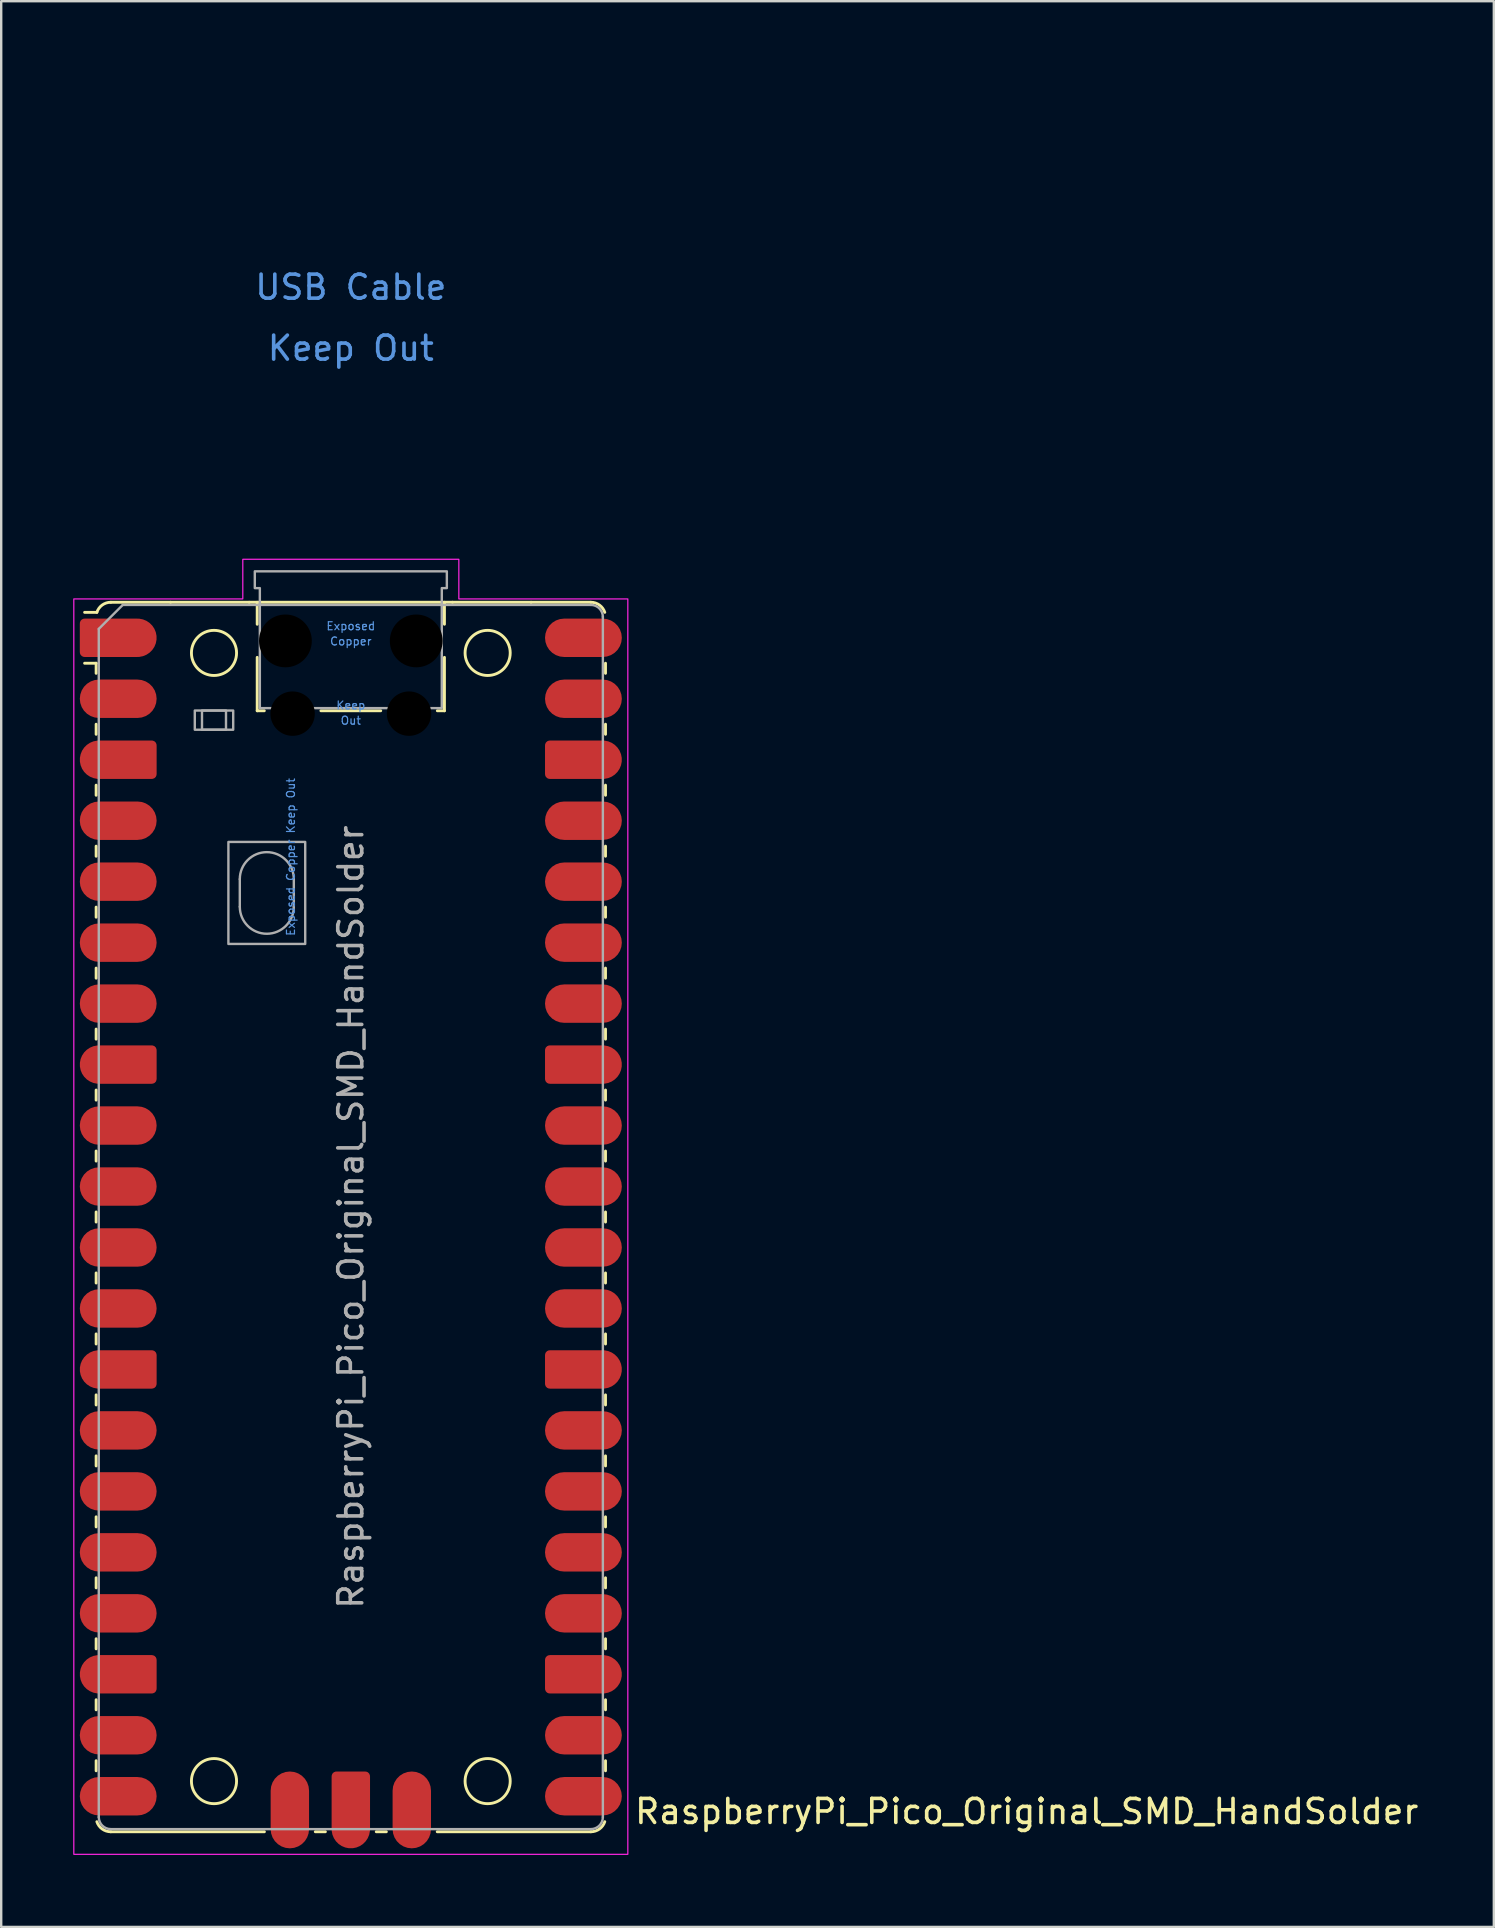
<source format=kicad_pcb>
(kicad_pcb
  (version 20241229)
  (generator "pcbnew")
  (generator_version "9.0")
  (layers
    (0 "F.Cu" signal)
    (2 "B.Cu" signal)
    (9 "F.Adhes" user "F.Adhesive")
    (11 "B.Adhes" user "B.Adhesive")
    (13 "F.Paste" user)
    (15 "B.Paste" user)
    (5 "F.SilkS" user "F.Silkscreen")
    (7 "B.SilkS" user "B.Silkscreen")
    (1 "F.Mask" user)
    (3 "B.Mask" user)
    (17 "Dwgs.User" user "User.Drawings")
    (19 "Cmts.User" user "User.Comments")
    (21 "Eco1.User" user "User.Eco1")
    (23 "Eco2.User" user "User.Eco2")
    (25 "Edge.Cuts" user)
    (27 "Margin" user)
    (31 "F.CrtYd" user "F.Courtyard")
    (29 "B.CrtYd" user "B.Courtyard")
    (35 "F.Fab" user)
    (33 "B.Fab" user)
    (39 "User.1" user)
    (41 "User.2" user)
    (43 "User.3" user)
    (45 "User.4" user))
  (footprint "RaspberryPi_Pico_Original_SMD_HandSolder"
    (layer "F.Cu")
    (at 11.565 47.65)
    (property "Reference" "RaspberryPi_Pico_Original_SMD_HandSolder" (at 11.748 24.765 0) (unlocked yes) (layer "F.SilkS") (effects (font (size 1 1) (thickness 0.15)) (justify left)))
    (attr smd)
    (fp_line (start -10.61 -23.07) (end -11.09 -23.07) (stroke (width 0.12) (type solid)) (layer "F.SilkS"))
    (fp_line (start -10.61 -23.07) (end -10.61 -22.65) (stroke (width 0.12) (type solid)) (layer "F.SilkS"))
    (fp_line (start -10.61 -20.53) (end -10.61 -20.11) (stroke (width 0.12) (type solid)) (layer "F.SilkS"))
    (fp_line (start -10.61 -17.99) (end -10.61 -17.57) (stroke (width 0.12) (type solid)) (layer "F.SilkS"))
    (fp_line (start -10.61 -15.45) (end -10.61 -15.03) (stroke (width 0.12) (type solid)) (layer "F.SilkS"))
    (fp_line (start -10.61 -12.91) (end -10.61 -12.49) (stroke (width 0.12) (type solid)) (layer "F.SilkS"))
    (fp_line (start -10.61 -10.37) (end -10.61 -9.95) (stroke (width 0.12) (type solid)) (layer "F.SilkS"))
    (fp_line (start -10.61 -7.83) (end -10.61 -7.41) (stroke (width 0.12) (type solid)) (layer "F.SilkS"))
    (fp_line (start -10.61 -5.29) (end -10.61 -4.87) (stroke (width 0.12) (type solid)) (layer "F.SilkS"))
    (fp_line (start -10.61 -2.75) (end -10.61 -2.33) (stroke (width 0.12) (type solid)) (layer "F.SilkS"))
    (fp_line (start -10.61 -0.21) (end -10.61 0.21) (stroke (width 0.12) (type solid)) (layer "F.SilkS"))
    (fp_line (start -10.61 2.33) (end -10.61 2.75) (stroke (width 0.12) (type solid)) (layer "F.SilkS"))
    (fp_line (start -10.61 4.87) (end -10.61 5.29) (stroke (width 0.12) (type solid)) (layer "F.SilkS"))
    (fp_line (start -10.61 7.41) (end -10.61 7.83) (stroke (width 0.12) (type solid)) (layer "F.SilkS"))
    (fp_line (start -10.61 9.95) (end -10.61 10.37) (stroke (width 0.12) (type solid)) (layer "F.SilkS"))
    (fp_line (start -10.61 12.49) (end -10.61 12.91) (stroke (width 0.12) (type solid)) (layer "F.SilkS"))
    (fp_line (start -10.61 15.03) (end -10.61 15.45) (stroke (width 0.12) (type solid)) (layer "F.SilkS"))
    (fp_line (start -10.61 17.57) (end -10.61 17.99) (stroke (width 0.12) (type solid)) (layer "F.SilkS"))
    (fp_line (start -10.61 20.11) (end -10.61 20.53) (stroke (width 0.12) (type solid)) (layer "F.SilkS"))
    (fp_line (start -10.61 22.65) (end -10.61 23.07) (stroke (width 0.12) (type solid)) (layer "F.SilkS"))
    (fp_line (start -10.58 -25.19) (end -11.09 -25.19) (stroke (width 0.12) (type solid)) (layer "F.SilkS"))
    (fp_line (start -10 -25.61) (end -7.51 -25.61) (stroke (width 0.12) (type solid)) (layer "F.SilkS"))
    (fp_line (start -10 25.61) (end -3.6 25.61) (stroke (width 0.12) (type solid)) (layer "F.SilkS"))
    (fp_line (start -7.51 -25.61) (end -4.235 -25.61) (stroke (width 0.12) (type solid)) (layer "F.SilkS"))
    (fp_line (start -4.235 -25.61) (end 4.235 -25.61) (stroke (width 0.12) (type solid)) (layer "F.SilkS"))
    (fp_line (start -3.9 -25.61) (end -3.9 -24.694) (stroke (width 0.12) (type solid)) (layer "F.SilkS"))
    (fp_line (start -3.9 -23.315) (end -3.9 -21.09) (stroke (width 0.12) (type solid)) (layer "F.SilkS"))
    (fp_line (start -3.9 -21.09) (end -3.604 -21.09) (stroke (width 0.12) (type solid)) (layer "F.SilkS"))
    (fp_line (start -1.48 25.61) (end -1.06 25.61) (stroke (width 0.12) (type solid)) (layer "F.SilkS"))
    (fp_line (start -1.246 -21.09) (end 1.246 -21.09) (stroke (width 0.12) (type solid)) (layer "F.SilkS"))
    (fp_line (start 1.06 25.61) (end 1.48 25.61) (stroke (width 0.12) (type solid)) (layer "F.SilkS"))
    (fp_line (start 3.6 25.61) (end 10 25.61) (stroke (width 0.12) (type solid)) (layer "F.SilkS"))
    (fp_line (start 3.604 -21.09) (end 3.9 -21.09) (stroke (width 0.12) (type solid)) (layer "F.SilkS"))
    (fp_line (start 3.9 -25.61) (end 3.9 -24.694) (stroke (width 0.12) (type solid)) (layer "F.SilkS"))
    (fp_line (start 3.9 -23.315) (end 3.9 -21.09) (stroke (width 0.12) (type solid)) (layer "F.SilkS"))
    (fp_line (start 4.235 -25.61) (end 7.51 -25.61) (stroke (width 0.12) (type solid)) (layer "F.SilkS"))
    (fp_line (start 10 -25.61) (end 7.51 -25.61) (stroke (width 0.12) (type solid)) (layer "F.SilkS"))
    (fp_line (start 10.61 -23.07) (end 10.61 -22.65) (stroke (width 0.12) (type solid)) (layer "F.SilkS"))
    (fp_line (start 10.61 -20.53) (end 10.61 -20.11) (stroke (width 0.12) (type solid)) (layer "F.SilkS"))
    (fp_line (start 10.61 -17.99) (end 10.61 -17.57) (stroke (width 0.12) (type solid)) (layer "F.SilkS"))
    (fp_line (start 10.61 -15.45) (end 10.61 -15.03) (stroke (width 0.12) (type solid)) (layer "F.SilkS"))
    (fp_line (start 10.61 -12.91) (end 10.61 -12.49) (stroke (width 0.12) (type solid)) (layer "F.SilkS"))
    (fp_line (start 10.61 -10.37) (end 10.61 -9.95) (stroke (width 0.12) (type solid)) (layer "F.SilkS"))
    (fp_line (start 10.61 -7.83) (end 10.61 -7.41) (stroke (width 0.12) (type solid)) (layer "F.SilkS"))
    (fp_line (start 10.61 -5.29) (end 10.61 -4.87) (stroke (width 0.12) (type solid)) (layer "F.SilkS"))
    (fp_line (start 10.61 -2.75) (end 10.61 -2.33) (stroke (width 0.12) (type solid)) (layer "F.SilkS"))
    (fp_line (start 10.61 -0.21) (end 10.61 0.21) (stroke (width 0.12) (type solid)) (layer "F.SilkS"))
    (fp_line (start 10.61 2.33) (end 10.61 2.75) (stroke (width 0.12) (type solid)) (layer "F.SilkS"))
    (fp_line (start 10.61 4.87) (end 10.61 5.29) (stroke (width 0.12) (type solid)) (layer "F.SilkS"))
    (fp_line (start 10.61 7.41) (end 10.61 7.83) (stroke (width 0.12) (type solid)) (layer "F.SilkS"))
    (fp_line (start 10.61 9.95) (end 10.61 10.37) (stroke (width 0.12) (type solid)) (layer "F.SilkS"))
    (fp_line (start 10.61 12.49) (end 10.61 12.91) (stroke (width 0.12) (type solid)) (layer "F.SilkS"))
    (fp_line (start 10.61 15.03) (end 10.61 15.45) (stroke (width 0.12) (type solid)) (layer "F.SilkS"))
    (fp_line (start 10.61 17.57) (end 10.61 17.99) (stroke (width 0.12) (type solid)) (layer "F.SilkS"))
    (fp_line (start 10.61 20.11) (end 10.61 20.53) (stroke (width 0.12) (type solid)) (layer "F.SilkS"))
    (fp_line (start 10.61 22.65) (end 10.61 23.07) (stroke (width 0.12) (type solid)) (layer "F.SilkS"))
    (fp_arc (start -10.579676 -25.19) (mid -10.357938 -25.493944) (end -10 -25.61) (stroke (width 0.12) (type solid)) (layer "F.SilkS"))
    (fp_arc (start -10 25.61) (mid -10.357937 25.493943) (end -10.579676 25.189937) (stroke (width 0.12) (type solid)) (layer "F.SilkS"))
    (fp_arc (start 10 -25.61) (mid 10.357937 -25.493944) (end 10.579676 -25.189937) (stroke (width 0.12) (type solid)) (layer "F.SilkS"))
    (fp_arc (start 10.579676 25.189937) (mid 10.357958 25.493991) (end 10 25.61) (stroke (width 0.12) (type solid)) (layer "F.SilkS"))
    (fp_circle (center -5.7 -23.5) (end -4.76 -23.5) (stroke (width 0.12) (type solid)) (fill no) (layer "F.SilkS"))
    (fp_circle (center -5.7 23.5) (end -4.76 23.5) (stroke (width 0.12) (type solid)) (fill no) (layer "F.SilkS"))
    (fp_circle (center 5.7 -23.5) (end 6.64 -23.5) (stroke (width 0.12) (type solid)) (fill no) (layer "F.SilkS"))
    (fp_circle (center 5.7 23.5) (end 6.64 23.5) (stroke (width 0.12) (type solid)) (fill no) (layer "F.SilkS"))
    (fp_poly (pts (xy -4.5 -27.4) (xy 4.5 -27.4) (xy 4.5 -25.75) (xy 11.54 -25.75) (xy 11.54 26.55) (xy -11.54 26.55) (xy -11.54 -25.75) (xy -4.5 -25.75)) (stroke (width 0.05) (type solid)) (fill no) (layer "F.CrtYd"))
    (fp_line (start -10.5 -24.5) (end -9.5 -25.5) (stroke (width 0.1) (type solid)) (layer "F.Fab"))
    (fp_line (start -10.5 25) (end -10.5 -24.5) (stroke (width 0.1) (type solid)) (layer "F.Fab"))
    (fp_line (start -9.5 -25.5) (end 10 -25.5) (stroke (width 0.1) (type solid)) (layer "F.Fab"))
    (fp_line (start -4.625 -14.075) (end -4.625 -12.925) (stroke (width 0.1) (type solid)) (layer "F.Fab"))
    (fp_line (start -2.375 -14.075) (end -2.375 -12.925) (stroke (width 0.1) (type solid)) (layer "F.Fab"))
    (fp_line (start 10 25.5) (end -10 25.5) (stroke (width 0.1) (type solid)) (layer "F.Fab"))
    (fp_line (start 10.5 -25) (end 10.5 25) (stroke (width 0.1) (type solid)) (layer "F.Fab"))
    (fp_rect (start -6.5 -21.1) (end -4.9 -20.3) (stroke (width 0.1) (type solid)) (fill no) (layer "F.Fab"))
    (fp_rect (start -6.2 -21.1) (end -5.2 -20.3) (stroke (width 0.1) (type solid)) (fill no) (layer "F.Fab"))
    (fp_rect (start -5.1 -15.625) (end -1.9 -11.375) (stroke (width 0.1) (type solid)) (fill no) (layer "F.Fab"))
    (fp_arc (start -10 25.5) (mid -10.353553 25.353553) (end -10.5 25) (stroke (width 0.1) (type solid)) (layer "F.Fab"))
    (fp_arc (start -4.625 -14.075) (mid -3.5 -15.2) (end -2.375 -14.075) (stroke (width 0.1) (type solid)) (layer "F.Fab"))
    (fp_arc (start -2.375 -12.925) (mid -3.5 -11.8) (end -4.625 -12.925) (stroke (width 0.1) (type solid)) (layer "F.Fab"))
    (fp_arc (start 10 -25.5) (mid 10.353553 -25.353553) (end 10.5 -25) (stroke (width 0.1) (type solid)) (layer "F.Fab"))
    (fp_arc (start 10.5 25) (mid 10.353553 25.353553) (end 10 25.5) (stroke (width 0.1) (type solid)) (layer "F.Fab"))
    (fp_poly (pts (xy 3.79 -21.2) (xy 3.79 -26.2) (xy 4 -26.2) (xy 4 -26.9) (xy -4 -26.9) (xy -4 -26.2) (xy -3.79 -26.2) (xy -3.79 -21.2)) (stroke (width 0.1) (type solid)) (fill no) (layer "F.Fab"))
    (fp_text user "Out" (at 0 -20.683 0) (unlocked yes) (layer "Cmts.User") (effects (font (size 0.333 0.333) (thickness 0.05))))
    (fp_text user "Keep Out" (at 0 -36.195 0) (unlocked yes) (layer "Cmts.User") (effects (font (size 1 1) (thickness 0.15))))
    (fp_text user "Copper" (at 0 -23.983 0) (unlocked yes) (layer "Cmts.User") (effects (font (size 0.333 0.333) (thickness 0.05))))
    (fp_text user "Exposed Copper Keep Out" (at -2.5 -15 90) (unlocked yes) (layer "Cmts.User") (effects (font (size 0.333 0.333) (thickness 0.05))))
    (fp_text user "USB Cable" (at 0 -38.735 0) (unlocked yes) (layer "Cmts.User") (effects (font (size 1 1) (thickness 0.15))))
    (fp_text user "Exposed" (at 0 -24.617 0) (unlocked yes) (layer "Cmts.User") (effects (font (size 0.333 0.333) (thickness 0.05))))
    (fp_text user "Keep" (at 0 -21.317 0) (unlocked yes) (layer "Cmts.User") (effects (font (size 0.333 0.333) (thickness 0.05))))
    (fp_text user "${REFERENCE}" (at 0 0 90) (layer "F.Fab") (effects (font (size 1 1) (thickness 0.15))))
    (pad "" np_thru_hole circle (at -2.725 -24) (size 2.2 2.2) (drill 2.2) (layers "*.Mask"))
    (pad "" np_thru_hole circle (at -2.425 -20.97) (size 1.85 1.85) (drill 1.85) (layers "*.Mask"))
    (pad "" np_thru_hole circle (at 2.425 -20.97) (size 1.85 1.85) (drill 1.85) (layers "*.Mask"))
    (pad "" np_thru_hole circle (at 2.725 -24) (size 2.2 2.2) (drill 2.2) (layers "*.Mask"))
    (pad "1" smd custom (at -8.89 -24.13) (size 1.6 1.6) (layers "F.Cu" "F.Mask" "F.Paste") (options (anchor circle)) (primitives (gr_poly (pts (xy -2.4 0.6) (xy -2.4 -0.6) (xy -2.2 -0.8) (xy 0 -0.8) (xy 0 0.8) (xy -2.2 0.8)) (width 0) (fill yes)) (gr_circle (center -2.2 0.6) (end -2 0.6) (width 0) (fill yes)) (gr_circle (center -2.2 -0.6) (end -2 -0.6) (width 0) (fill yes))))
    (pad "2" smd roundrect (at -8.89 -21.59) (size 3.2 1.6) (drill (offset -0.8 0)) (layers "F.Cu" "F.Mask" "F.Paste") (roundrect_rratio 0.5))
    (pad "3" smd custom (at -8.89 -19.05) (size 1.6 1.6) (layers "F.Cu" "F.Mask" "F.Paste") (options (anchor circle)) (primitives (gr_poly (pts (xy 0.8 -0.6) (xy 0.8 0.6) (xy 0.6 0.8) (xy -1.6 0.8) (xy -1.6 -0.8) (xy 0.6 -0.8)) (width 0) (fill yes)) (gr_circle (center 0.6 0.6) (end 0.8 0.6) (width 0) (fill yes)) (gr_circle (center 0.6 -0.6) (end 0.8 -0.6) (width 0) (fill yes)) (gr_circle (center -1.6 0) (end -0.8 0) (width 0) (fill yes))))
    (pad "4" smd roundrect (at -8.89 -16.51) (size 3.2 1.6) (drill (offset -0.8 0)) (layers "F.Cu" "F.Mask" "F.Paste") (roundrect_rratio 0.5))
    (pad "5" smd roundrect (at -8.89 -13.97) (size 3.2 1.6) (drill (offset -0.8 0)) (layers "F.Cu" "F.Mask" "F.Paste") (roundrect_rratio 0.5))
    (pad "6" smd roundrect (at -8.89 -11.43) (size 3.2 1.6) (drill (offset -0.8 0)) (layers "F.Cu" "F.Mask" "F.Paste") (roundrect_rratio 0.5))
    (pad "7" smd roundrect (at -8.89 -8.89) (size 3.2 1.6) (drill (offset -0.8 0)) (layers "F.Cu" "F.Mask" "F.Paste") (roundrect_rratio 0.5))
    (pad "8" smd custom (at -8.89 -6.35) (size 1.6 1.6) (layers "F.Cu" "F.Mask" "F.Paste") (options (anchor circle)) (primitives (gr_poly (pts (xy 0.8 -0.6) (xy 0.8 0.6) (xy 0.6 0.8) (xy -1.6 0.8) (xy -1.6 -0.8) (xy 0.6 -0.8)) (width 0) (fill yes)) (gr_circle (center 0.6 0.6) (end 0.8 0.6) (width 0) (fill yes)) (gr_circle (center 0.6 -0.6) (end 0.8 -0.6) (width 0) (fill yes)) (gr_circle (center -1.6 0) (end -0.8 0) (width 0) (fill yes))))
    (pad "9" smd roundrect (at -8.89 -3.81) (size 3.2 1.6) (drill (offset -0.8 0)) (layers "F.Cu" "F.Mask" "F.Paste") (roundrect_rratio 0.5))
    (pad "10" smd roundrect (at -8.89 -1.27) (size 3.2 1.6) (drill (offset -0.8 0)) (layers "F.Cu" "F.Mask" "F.Paste") (roundrect_rratio 0.5))
    (pad "11" smd roundrect (at -8.89 1.27) (size 3.2 1.6) (drill (offset -0.8 0)) (layers "F.Cu" "F.Mask" "F.Paste") (roundrect_rratio 0.5))
    (pad "12" smd roundrect (at -8.89 3.81) (size 3.2 1.6) (drill (offset -0.8 0)) (layers "F.Cu" "F.Mask" "F.Paste") (roundrect_rratio 0.5))
    (pad "13" smd custom (at -8.89 6.35) (size 1.6 1.6) (layers "F.Cu" "F.Mask" "F.Paste") (options (anchor circle)) (primitives (gr_poly (pts (xy 0.8 -0.6) (xy 0.8 0.6) (xy 0.6 0.8) (xy -1.6 0.8) (xy -1.6 -0.8) (xy 0.6 -0.8)) (width 0) (fill yes)) (gr_circle (center 0.6 0.6) (end 0.8 0.6) (width 0) (fill yes)) (gr_circle (center 0.6 -0.6) (end 0.8 -0.6) (width 0) (fill yes)) (gr_circle (center -1.6 0) (end -0.8 0) (width 0) (fill yes))))
    (pad "14" smd roundrect (at -8.89 8.89) (size 3.2 1.6) (drill (offset -0.8 0)) (layers "F.Cu" "F.Mask" "F.Paste") (roundrect_rratio 0.5))
    (pad "15" smd roundrect (at -8.89 11.43) (size 3.2 1.6) (drill (offset -0.8 0)) (layers "F.Cu" "F.Mask" "F.Paste") (roundrect_rratio 0.5))
    (pad "16" smd roundrect (at -8.89 13.97) (size 3.2 1.6) (drill (offset -0.8 0)) (layers "F.Cu" "F.Mask" "F.Paste") (roundrect_rratio 0.5))
    (pad "17" smd roundrect (at -8.89 16.51) (size 3.2 1.6) (drill (offset -0.8 0)) (layers "F.Cu" "F.Mask" "F.Paste") (roundrect_rratio 0.5))
    (pad "18" smd custom (at -8.89 19.05) (size 1.6 1.6) (layers "F.Cu" "F.Mask" "F.Paste") (options (anchor circle)) (primitives (gr_poly (pts (xy 0.8 -0.6) (xy 0.8 0.6) (xy 0.6 0.8) (xy -1.6 0.8) (xy -1.6 -0.8) (xy 0.6 -0.8)) (width 0) (fill yes)) (gr_circle (center 0.6 0.6) (end 0.8 0.6) (width 0) (fill yes)) (gr_circle (center 0.6 -0.6) (end 0.8 -0.6) (width 0) (fill yes)) (gr_circle (center -1.6 0) (end -0.8 0) (width 0) (fill yes))))
    (pad "19" smd roundrect (at -8.89 21.59) (size 3.2 1.6) (drill (offset -0.8 0)) (layers "F.Cu" "F.Mask" "F.Paste") (roundrect_rratio 0.5))
    (pad "20" smd roundrect (at -8.89 24.13) (size 3.2 1.6) (drill (offset -0.8 0)) (layers "F.Cu" "F.Mask" "F.Paste") (roundrect_rratio 0.5))
    (pad "21" smd roundrect (at 8.89 24.13) (size 3.2 1.6) (drill (offset 0.8 0)) (layers "F.Cu" "F.Mask" "F.Paste") (roundrect_rratio 0.5))
    (pad "22" smd roundrect (at 8.89 21.59) (size 3.2 1.6) (drill (offset 0.8 0)) (layers "F.Cu" "F.Mask" "F.Paste") (roundrect_rratio 0.5))
    (pad "23" smd custom (at 8.89 19.05) (size 1.6 1.6) (layers "F.Cu" "F.Mask" "F.Paste") (options (anchor circle)) (primitives (gr_poly (pts (xy -0.8 -0.6) (xy -0.8 0.6) (xy -0.6 0.8) (xy 1.6 0.8) (xy 1.6 -0.8) (xy -0.6 -0.8)) (width 0) (fill yes)) (gr_circle (center -0.6 0.6) (end -0.4 0.6) (width 0) (fill yes)) (gr_circle (center -0.6 -0.6) (end -0.4 -0.6) (width 0) (fill yes)) (gr_circle (center 1.6 0) (end 2.4 0) (width 0) (fill yes))))
    (pad "24" smd roundrect (at 8.89 16.51) (size 3.2 1.6) (drill (offset 0.8 0)) (layers "F.Cu" "F.Mask" "F.Paste") (roundrect_rratio 0.5))
    (pad "25" smd roundrect (at 8.89 13.97) (size 3.2 1.6) (drill (offset 0.8 0)) (layers "F.Cu" "F.Mask" "F.Paste") (roundrect_rratio 0.5))
    (pad "26" smd roundrect (at 8.89 11.43) (size 3.2 1.6) (drill (offset 0.8 0)) (layers "F.Cu" "F.Mask" "F.Paste") (roundrect_rratio 0.5))
    (pad "27" smd roundrect (at 8.89 8.89) (size 3.2 1.6) (drill (offset 0.8 0)) (layers "F.Cu" "F.Mask" "F.Paste") (roundrect_rratio 0.5))
    (pad "28" smd custom (at 8.89 6.35) (size 1.6 1.6) (layers "F.Cu" "F.Mask" "F.Paste") (options (anchor circle)) (primitives (gr_poly (pts (xy -0.8 -0.6) (xy -0.8 0.6) (xy -0.6 0.8) (xy 1.6 0.8) (xy 1.6 -0.8) (xy -0.6 -0.8)) (width 0) (fill yes)) (gr_circle (center -0.6 0.6) (end -0.4 0.6) (width 0) (fill yes)) (gr_circle (center -0.6 -0.6) (end -0.4 -0.6) (width 0) (fill yes)) (gr_circle (center 1.6 0) (end 2.4 0) (width 0) (fill yes))))
    (pad "29" smd roundrect (at 8.89 3.81) (size 3.2 1.6) (drill (offset 0.8 0)) (layers "F.Cu" "F.Mask" "F.Paste") (roundrect_rratio 0.5))
    (pad "30" smd roundrect (at 8.89 1.27) (size 3.2 1.6) (drill (offset 0.8 0)) (layers "F.Cu" "F.Mask" "F.Paste") (roundrect_rratio 0.5))
    (pad "31" smd roundrect (at 8.89 -1.27) (size 3.2 1.6) (drill (offset 0.8 0)) (layers "F.Cu" "F.Mask" "F.Paste") (roundrect_rratio 0.5))
    (pad "32" smd roundrect (at 8.89 -3.81) (size 3.2 1.6) (drill (offset 0.8 0)) (layers "F.Cu" "F.Mask" "F.Paste") (roundrect_rratio 0.5))
    (pad "33" smd custom (at 8.89 -6.35) (size 1.6 1.6) (layers "F.Cu" "F.Mask" "F.Paste") (options (anchor circle)) (primitives (gr_poly (pts (xy -0.8 -0.6) (xy -0.8 0.6) (xy -0.6 0.8) (xy 1.6 0.8) (xy 1.6 -0.8) (xy -0.6 -0.8)) (width 0) (fill yes)) (gr_circle (center -0.6 0.6) (end -0.4 0.6) (width 0) (fill yes)) (gr_circle (center -0.6 -0.6) (end -0.4 -0.6) (width 0) (fill yes)) (gr_circle (center 1.6 0) (end 2.4 0) (width 0) (fill yes))))
    (pad "34" smd roundrect (at 8.89 -8.89) (size 3.2 1.6) (drill (offset 0.8 0)) (layers "F.Cu" "F.Mask" "F.Paste") (roundrect_rratio 0.5))
    (pad "35" smd roundrect (at 8.89 -11.43) (size 3.2 1.6) (drill (offset 0.8 0)) (layers "F.Cu" "F.Mask" "F.Paste") (roundrect_rratio 0.5))
    (pad "36" smd roundrect (at 8.89 -13.97) (size 3.2 1.6) (drill (offset 0.8 0)) (layers "F.Cu" "F.Mask" "F.Paste") (roundrect_rratio 0.5))
    (pad "37" smd roundrect (at 8.89 -16.51) (size 3.2 1.6) (drill (offset 0.8 0)) (layers "F.Cu" "F.Mask" "F.Paste") (roundrect_rratio 0.5))
    (pad "38" smd custom (at 8.89 -19.05) (size 1.6 1.6) (layers "F.Cu" "F.Mask" "F.Paste") (options (anchor circle)) (primitives (gr_poly (pts (xy -0.8 -0.6) (xy -0.8 0.6) (xy -0.6 0.8) (xy 1.6 0.8) (xy 1.6 -0.8) (xy -0.6 -0.8)) (width 0) (fill yes)) (gr_circle (center -0.6 0.6) (end -0.4 0.6) (width 0) (fill yes)) (gr_circle (center -0.6 -0.6) (end -0.4 -0.6) (width 0) (fill yes)) (gr_circle (center 1.6 0) (end 2.4 0) (width 0) (fill yes))))
    (pad "39" smd roundrect (at 8.89 -21.59) (size 3.2 1.6) (drill (offset 0.8 0)) (layers "F.Cu" "F.Mask" "F.Paste") (roundrect_rratio 0.5))
    (pad "40" smd roundrect (at 8.89 -24.13) (size 3.2 1.6) (drill (offset 0.8 0)) (layers "F.Cu" "F.Mask" "F.Paste") (roundrect_rratio 0.5))
    (pad "D1" smd roundrect (at -2.54 23.9 90) (size 3.2 1.6) (drill (offset -0.8 0)) (layers "F.Cu" "F.Mask" "F.Paste") (roundrect_rratio 0.5))
    (pad "D2" smd custom (at 0 23.9 270) (size 1.6 1.6) (layers "F.Cu" "F.Mask" "F.Paste") (options (anchor circle)) (primitives (gr_poly (pts (xy -0.8 -0.6) (xy -0.8 0.6) (xy -0.6 0.8) (xy 1.6 0.8) (xy 1.6 -0.8) (xy -0.6 -0.8)) (width 0) (fill yes)) (gr_circle (center -0.6 0.6) (end -0.4 0.6) (width 0) (fill yes)) (gr_circle (center -0.6 -0.6) (end -0.4 -0.6) (width 0) (fill yes)) (gr_circle (center 1.6 0) (end 2.4 0) (width 0) (fill yes))))
    (pad "D3" smd roundrect (at 2.54 23.9 90) (size 3.2 1.6) (drill (offset -0.8 0)) (layers "F.Cu" "F.Mask" "F.Paste") (roundrect_rratio 0.5))
    (zone (net_name "") (layers "F.Cu" "F.Paste") (name "Pad Keep Out TP4") (hatch full 0.5) (connect_pads) (min_thickness 0.25) (filled_areas_thickness no) (keepout (tracks not_allowed) (vias not_allowed) (pads not_allowed) (copperpour not_allowed) (footprints allowed)) (placement (enabled no)) (fill) (polygon (pts (xy 8.549 31.098) (xy 8.423 31.064) (xy 8.309 30.998) (xy 8.217 30.906) (xy 8.151 30.792) (xy 8.117 30.666) (xy 8.115 30.6) (xy 8.115 30.15) (xy 10.015 30.15) (xy 10.015 30.6) (xy 10.013 30.666) (xy 9.979 30.792) (xy 9.913 30.906) (xy 9.821 30.998) (xy 9.707 31.064) (xy 9.581 31.098) (xy 9.515 31.1) (xy 8.615 31.1))))
    (zone (net_name "") (layers "F.Cu" "F.Paste") (name "Pad Keep Out TP5") (hatch full 0.5) (connect_pads) (min_thickness 0.25) (filled_areas_thickness no) (keepout (tracks not_allowed) (vias not_allowed) (pads not_allowed) (copperpour not_allowed) (footprints allowed)) (placement (enabled no)) (fill) (polygon (pts (xy 8.549 33.598) (xy 8.423 33.564) (xy 8.309 33.498) (xy 8.217 33.406) (xy 8.151 33.292) (xy 8.117 33.166) (xy 8.115 33.1) (xy 8.115 32.65) (xy 10.015 32.65) (xy 10.015 33.1) (xy 10.013 33.166) (xy 9.979 33.292) (xy 9.913 33.406) (xy 9.821 33.498) (xy 9.707 33.564) (xy 9.581 33.598) (xy 9.515 33.6) (xy 8.615 33.6))))
    (zone (net_name "") (layers "F.Cu" "F.Paste") (name "Pad Keep Out TP6") (hatch full 0.5) (connect_pads) (min_thickness 0.25) (filled_areas_thickness no) (keepout (tracks not_allowed) (vias not_allowed) (pads not_allowed) (copperpour not_allowed) (footprints allowed)) (placement (enabled no)) (fill) (polygon (pts (xy 8.549 36.098) (xy 8.423 36.064) (xy 8.309 35.998) (xy 8.217 35.906) (xy 8.151 35.792) (xy 8.117 35.666) (xy 8.115 35.6) (xy 8.115 35.15) (xy 10.015 35.15) (xy 10.015 35.6) (xy 10.013 35.666) (xy 9.979 35.792) (xy 9.913 35.906) (xy 9.821 35.998) (xy 9.707 36.064) (xy 9.581 36.098) (xy 9.515 36.1) (xy 8.615 36.1))))
    (zone (net_name "") (layers "F.Cu" "F.Paste") (name "Pad Keep Out TP3") (hatch full 0.5) (connect_pads) (min_thickness 0.25) (filled_areas_thickness no) (keepout (tracks not_allowed) (vias not_allowed) (pads not_allowed) (copperpour not_allowed) (footprints allowed)) (placement (enabled no)) (fill) (polygon (pts (xy 9.617 22.834) (xy 9.651 22.708) (xy 9.717 22.594) (xy 9.809 22.502) (xy 9.923 22.436) (xy 10.049 22.402) (xy 10.115 22.4) (xy 10.565 22.4) (xy 10.565 24.3) (xy 10.115 24.3) (xy 10.049 24.298) (xy 9.923 24.264) (xy 9.809 24.198) (xy 9.717 24.106) (xy 9.651 23.992) (xy 9.617 23.866) (xy 9.615 23.8) (xy 9.615 22.9))))
    (zone (net_name "") (layers "F.Cu" "F.Paste") (name "Pad Keep Out TP4") (hatch full 0.5) (connect_pads) (min_thickness 0.25) (filled_areas_thickness no) (keepout (tracks not_allowed) (vias not_allowed) (pads not_allowed) (copperpour not_allowed) (footprints allowed)) (placement (enabled no)) (fill) (polygon (pts (xy 10.015 30.15) (xy 10.015 29.7) (xy 10.013 29.634) (xy 9.979 29.508) (xy 9.913 29.394) (xy 9.821 29.302) (xy 9.707 29.236) (xy 9.581 29.202) (xy 9.515 29.2) (xy 8.615 29.2) (xy 8.549 29.202) (xy 8.423 29.236) (xy 8.309 29.302) (xy 8.217 29.394) (xy 8.151 29.508) (xy 8.117 29.634) (xy 8.115 29.7) (xy 8.115 30.15))))
    (zone (net_name "") (layers "F.Cu" "F.Paste") (name "Pad Keep Out TP5") (hatch full 0.5) (connect_pads) (min_thickness 0.25) (filled_areas_thickness no) (keepout (tracks not_allowed) (vias not_allowed) (pads not_allowed) (copperpour not_allowed) (footprints allowed)) (placement (enabled no)) (fill) (polygon (pts (xy 10.015 32.65) (xy 10.015 32.2) (xy 10.013 32.134) (xy 9.979 32.008) (xy 9.913 31.894) (xy 9.821 31.802) (xy 9.707 31.736) (xy 9.581 31.702) (xy 9.515 31.7) (xy 8.615 31.7) (xy 8.549 31.702) (xy 8.423 31.736) (xy 8.309 31.802) (xy 8.217 31.894) (xy 8.151 32.008) (xy 8.117 32.134) (xy 8.115 32.2) (xy 8.115 32.65))))
    (zone (net_name "") (layers "F.Cu" "F.Paste") (name "Pad Keep Out TP6") (hatch full 0.5) (connect_pads) (min_thickness 0.25) (filled_areas_thickness no) (keepout (tracks not_allowed) (vias not_allowed) (pads not_allowed) (copperpour not_allowed) (footprints allowed)) (placement (enabled no)) (fill) (polygon (pts (xy 10.015 35.15) (xy 10.015 34.7) (xy 10.013 34.634) (xy 9.979 34.508) (xy 9.913 34.394) (xy 9.821 34.302) (xy 9.707 34.236) (xy 9.581 34.202) (xy 9.515 34.2) (xy 8.615 34.2) (xy 8.549 34.202) (xy 8.423 34.236) (xy 8.309 34.302) (xy 8.217 34.394) (xy 8.151 34.508) (xy 8.117 34.634) (xy 8.115 34.7) (xy 8.115 35.15))))
    (zone (net_name "") (layers "F.Cu" "F.Paste") (name "Pad Keep Out TP3") (hatch full 0.5) (connect_pads) (min_thickness 0.25) (filled_areas_thickness no) (keepout (tracks not_allowed) (vias not_allowed) (pads not_allowed) (copperpour not_allowed) (footprints allowed)) (placement (enabled no)) (fill) (polygon (pts (xy 10.565 24.3) (xy 11.015 24.3) (xy 11.081 24.298) (xy 11.207 24.264) (xy 11.321 24.198) (xy 11.413 24.106) (xy 11.479 23.992) (xy 11.513 23.866) (xy 11.515 23.8) (xy 11.515 22.9) (xy 11.513 22.834) (xy 11.479 22.708) (xy 11.413 22.594) (xy 11.321 22.502) (xy 11.207 22.436) (xy 11.081 22.402) (xy 11.015 22.4) (xy 10.565 22.4))))
    (zone (net_name "") (layers "F.Cu" "F.Paste") (name "Pad Keep Out TP1") (hatch full 0.5) (connect_pads) (min_thickness 0.25) (filled_areas_thickness no) (keepout (tracks not_allowed) (vias not_allowed) (pads not_allowed) (copperpour not_allowed) (footprints allowed)) (placement (enabled no)) (fill) (polygon (pts (xy 10.617 26.134) (xy 10.651 26.008) (xy 10.717 25.894) (xy 10.809 25.802) (xy 10.923 25.736) (xy 11.049 25.702) (xy 11.115 25.7) (xy 11.565 25.7) (xy 11.565 27.6) (xy 11.115 27.6) (xy 11.049 27.598) (xy 10.923 27.564) (xy 10.809 27.498) (xy 10.717 27.406) (xy 10.651 27.292) (xy 10.617 27.166) (xy 10.615 27.1) (xy 10.615 26.2))))
    (zone (net_name "") (layers "F.Cu" "F.Paste") (name "Pad Keep Out TP1") (hatch full 0.5) (connect_pads) (min_thickness 0.25) (filled_areas_thickness no) (keepout (tracks not_allowed) (vias not_allowed) (pads not_allowed) (copperpour not_allowed) (footprints allowed)) (placement (enabled no)) (fill) (polygon (pts (xy 11.565 27.6) (xy 12.015 27.6) (xy 12.081 27.598) (xy 12.207 27.564) (xy 12.321 27.498) (xy 12.413 27.406) (xy 12.479 27.292) (xy 12.513 27.166) (xy 12.515 27.1) (xy 12.515 26.2) (xy 12.513 26.134) (xy 12.479 26.008) (xy 12.413 25.894) (xy 12.321 25.802) (xy 12.207 25.736) (xy 12.081 25.702) (xy 12.015 25.7) (xy 11.565 25.7))))
    (zone (net_name "") (layers "F.Cu" "F.Paste") (name "Pad Keep Out TP2") (hatch full 0.5) (connect_pads) (min_thickness 0.25) (filled_areas_thickness no) (keepout (tracks not_allowed) (vias not_allowed) (pads not_allowed) (copperpour not_allowed) (footprints allowed)) (placement (enabled no)) (fill) (polygon (pts (xy 11.617 22.849) (xy 11.651 22.723) (xy 11.717 22.609) (xy 11.809 22.517) (xy 11.923 22.451) (xy 12.049 22.417) (xy 12.115 22.415) (xy 12.565 22.415) (xy 12.565 24.315) (xy 12.115 24.315) (xy 12.049 24.313) (xy 11.923 24.279) (xy 11.809 24.213) (xy 11.717 24.121) (xy 11.651 24.007) (xy 11.617 23.881) (xy 11.615 23.815) (xy 11.615 22.915))))
    (zone (net_name "") (layers "F.Cu" "F.Paste") (name "Pad Keep Out TP2") (hatch full 0.5) (connect_pads) (min_thickness 0.25) (filled_areas_thickness no) (keepout (tracks not_allowed) (vias not_allowed) (pads not_allowed) (copperpour not_allowed) (footprints allowed)) (placement (enabled no)) (fill) (polygon (pts (xy 12.565 24.315) (xy 13.015 24.315) (xy 13.081 24.313) (xy 13.207 24.279) (xy 13.321 24.213) (xy 13.413 24.121) (xy 13.479 24.007) (xy 13.513 23.881) (xy 13.515 23.815) (xy 13.515 22.915) (xy 13.513 22.849) (xy 13.479 22.723) (xy 13.413 22.609) (xy 13.321 22.517) (xy 13.207 22.451) (xy 13.081 22.417) (xy 13.015 22.415) (xy 12.565 22.415))))
    (zone (net_name "") (layer "Edge.Cuts") (name "Board Keep Out USB Cable") (hatch edge 0.5) (connect_pads) (min_thickness 0.254) (filled_areas_thickness no) (keepout (tracks allowed) (vias allowed) (pads allowed) (copperpour allowed) (footprints allowed)) (placement (enabled no)) (fill) (polygon (pts (xy 5.365 0) (xy 17.765 0) (xy 17.765 20.4) (xy 5.365 20.4))))
    (zone (net_name "") (layer "F.CrtYd") (name "USB Cable Keep Out") (hatch full 0.5) (connect_pads) (min_thickness 0.254) (filled_areas_thickness no) (keepout (tracks allowed) (vias allowed) (pads allowed) (copperpour allowed) (footprints not_allowed)) (placement (enabled no)) (fill) (polygon (pts (xy 5.815 19.95) (xy 7.625 19.95) (xy 7.625 20.25) (xy 15.505 20.25) (xy 15.505 19.95) (xy 17.315 19.95) (xy 17.315 0.45) (xy 5.815 0.45)))))
  (gr_rect
    (start -3 -3)
    (end 59.182 77.225)
    (stroke (width 0.1) (type default))
    (fill no)
    (layer "Edge.Cuts")))
</source>
